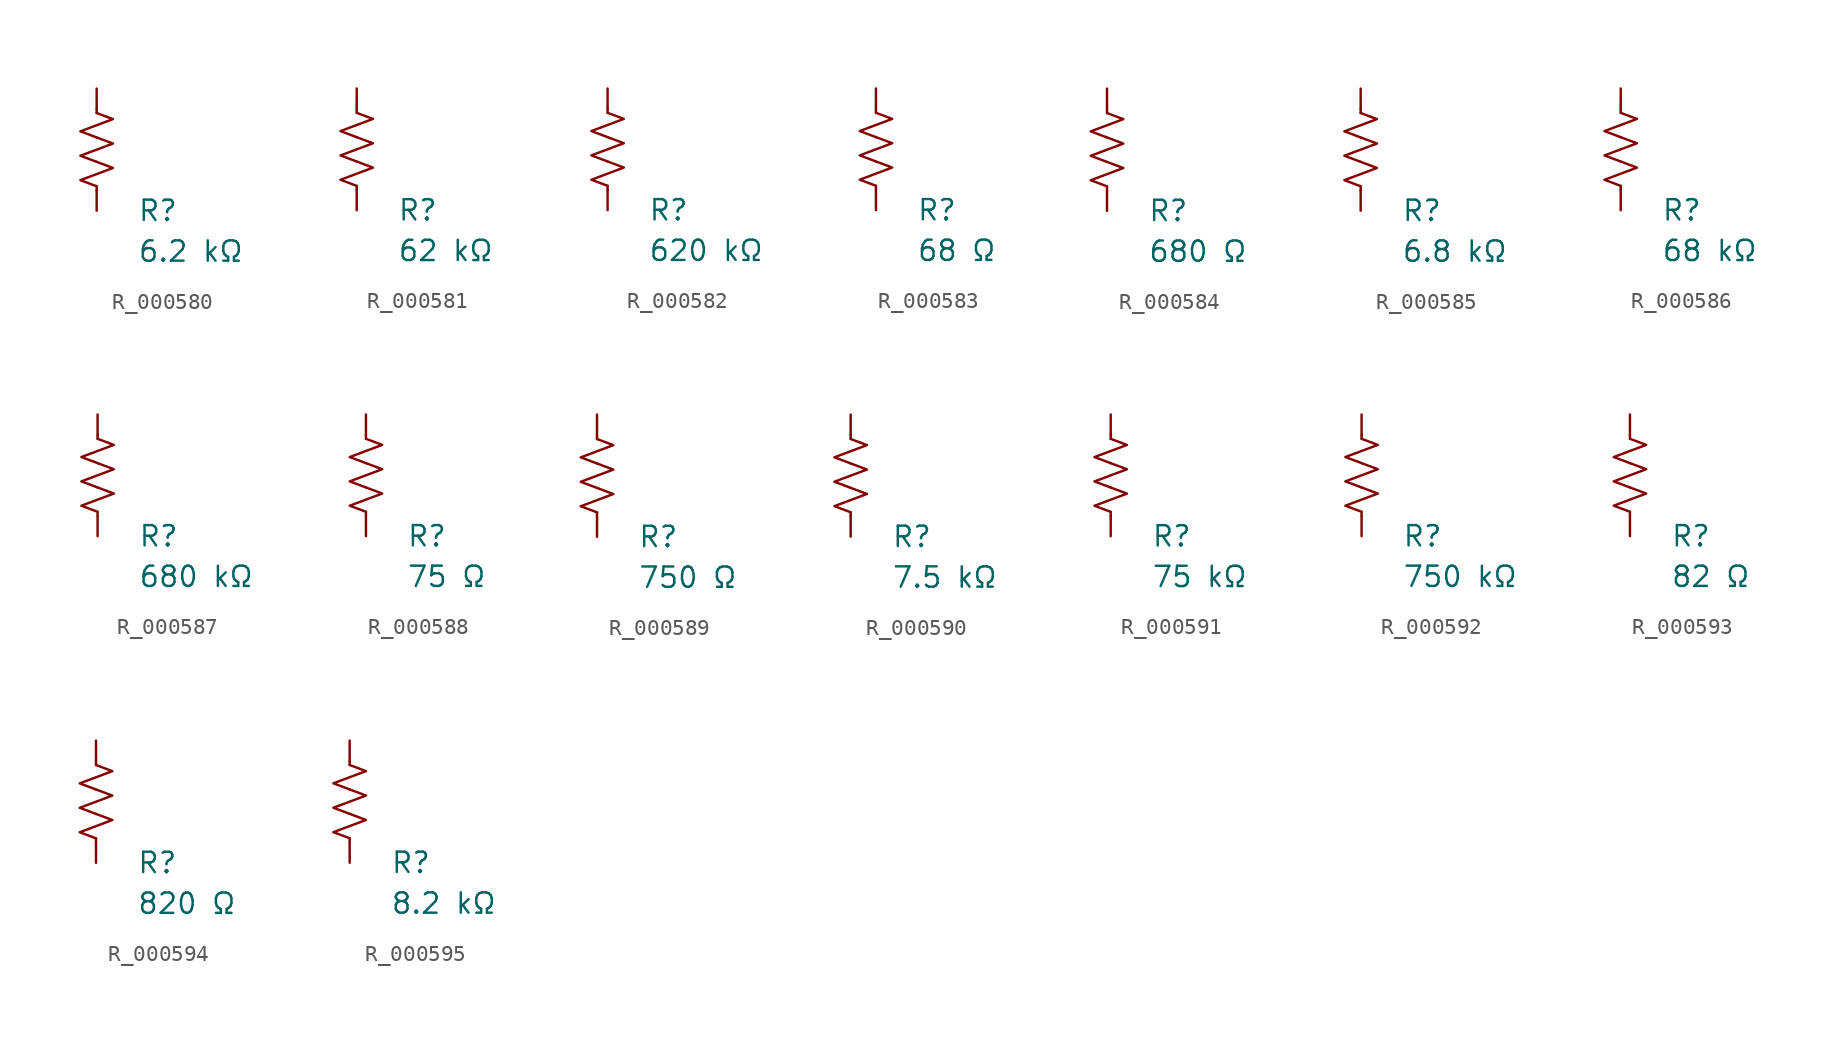
<source format=kicad_sym>
(kicad_symbol_lib
  (version 20231120)
  (generator "kicad_symbol_editor")
  (generator_version "8.0")
  (symbol "R_000580"
    (pin_numbers hide)
    (pin_names
      (offset 0))
    (property "Reference" "R"
      (at 2.54 -3.81 0)
      (effects (font (size 1.27 1.27)) (justify left))
      (show_name no))
    (property "Value" "6.2 kΩ"
      (at 2.54 -6.35 0)
      (effects (font (size 1.27 1.27)) (justify left))
      (show_name no))
    (symbol "R_000580_0_1"
      (polyline (pts (xy 0 -2.286) (xy 0 -2.54)) (stroke (width 0) (type default)) (fill (type none)))
      (polyline (pts (xy 0 2.286) (xy 0 2.54)) (stroke (width 0) (type default)) (fill (type none)))
      (polyline (pts (xy 0 -0.762) (xy 1.016 -1.143) (xy 0 -1.524) (xy -1.016 -1.905) (xy 0 -2.286)) (stroke (width 0) (type default)) (fill (type none)))
      (polyline (pts (xy 0 0.762) (xy 1.016 0.381) (xy 0 0) (xy -1.016 -0.381) (xy 0 -0.762)) (stroke (width 0) (type default)) (fill (type none)))
      (polyline (pts (xy 0 2.286) (xy 1.016 1.905) (xy 0 1.524) (xy -1.016 1.143) (xy 0 0.762)) (stroke (width 0) (type default)) (fill (type none))))
    (symbol "R_000580_1_1"
      (pin passive line (at 0 3.81 270) (length 1.27) (name "~" (effects (font (size 1.27 1.27)))) (number "1" (effects (font (size 1.27 1.27)))))
      (pin passive line (at 0 -3.81 90) (length 1.27) (name "~" (effects (font (size 1.27 1.27)))) (number "2" (effects (font (size 1.27 1.27)))))))
  (symbol "R_000581"
    (pin_numbers hide)
    (pin_names
      (offset 0))
    (property "Reference" "R"
      (at 2.54 -3.81 0)
      (effects (font (size 1.27 1.27)) (justify left))
      (show_name no))
    (property "Value" "62 kΩ"
      (at 2.54 -6.35 0)
      (effects (font (size 1.27 1.27)) (justify left))
      (show_name no))
    (symbol "R_000581_0_1"
      (polyline (pts (xy 0 -2.286) (xy 0 -2.54)) (stroke (width 0) (type default)) (fill (type none)))
      (polyline (pts (xy 0 2.286) (xy 0 2.54)) (stroke (width 0) (type default)) (fill (type none)))
      (polyline (pts (xy 0 -0.762) (xy 1.016 -1.143) (xy 0 -1.524) (xy -1.016 -1.905) (xy 0 -2.286)) (stroke (width 0) (type default)) (fill (type none)))
      (polyline (pts (xy 0 0.762) (xy 1.016 0.381) (xy 0 0) (xy -1.016 -0.381) (xy 0 -0.762)) (stroke (width 0) (type default)) (fill (type none)))
      (polyline (pts (xy 0 2.286) (xy 1.016 1.905) (xy 0 1.524) (xy -1.016 1.143) (xy 0 0.762)) (stroke (width 0) (type default)) (fill (type none))))
    (symbol "R_000581_1_1"
      (pin passive line (at 0 3.81 270) (length 1.27) (name "~" (effects (font (size 1.27 1.27)))) (number "1" (effects (font (size 1.27 1.27)))))
      (pin passive line (at 0 -3.81 90) (length 1.27) (name "~" (effects (font (size 1.27 1.27)))) (number "2" (effects (font (size 1.27 1.27)))))))
  (symbol "R_000582"
    (pin_numbers hide)
    (pin_names
      (offset 0))
    (property "Reference" "R"
      (at 2.54 -3.81 0)
      (effects (font (size 1.27 1.27)) (justify left))
      (show_name no))
    (property "Value" "620 kΩ"
      (at 2.54 -6.35 0)
      (effects (font (size 1.27 1.27)) (justify left))
      (show_name no))
    (symbol "R_000582_0_1"
      (polyline (pts (xy 0 -2.286) (xy 0 -2.54)) (stroke (width 0) (type default)) (fill (type none)))
      (polyline (pts (xy 0 2.286) (xy 0 2.54)) (stroke (width 0) (type default)) (fill (type none)))
      (polyline (pts (xy 0 -0.762) (xy 1.016 -1.143) (xy 0 -1.524) (xy -1.016 -1.905) (xy 0 -2.286)) (stroke (width 0) (type default)) (fill (type none)))
      (polyline (pts (xy 0 0.762) (xy 1.016 0.381) (xy 0 0) (xy -1.016 -0.381) (xy 0 -0.762)) (stroke (width 0) (type default)) (fill (type none)))
      (polyline (pts (xy 0 2.286) (xy 1.016 1.905) (xy 0 1.524) (xy -1.016 1.143) (xy 0 0.762)) (stroke (width 0) (type default)) (fill (type none))))
    (symbol "R_000582_1_1"
      (pin passive line (at 0 3.81 270) (length 1.27) (name "~" (effects (font (size 1.27 1.27)))) (number "1" (effects (font (size 1.27 1.27)))))
      (pin passive line (at 0 -3.81 90) (length 1.27) (name "~" (effects (font (size 1.27 1.27)))) (number "2" (effects (font (size 1.27 1.27)))))))
  (symbol "R_000583"
    (pin_numbers hide)
    (pin_names
      (offset 0))
    (property "Reference" "R"
      (at 2.54 -3.81 0)
      (effects (font (size 1.27 1.27)) (justify left))
      (show_name no))
    (property "Value" "68 Ω"
      (at 2.54 -6.35 0)
      (effects (font (size 1.27 1.27)) (justify left))
      (show_name no))
    (symbol "R_000583_0_1"
      (polyline (pts (xy 0 -2.286) (xy 0 -2.54)) (stroke (width 0) (type default)) (fill (type none)))
      (polyline (pts (xy 0 2.286) (xy 0 2.54)) (stroke (width 0) (type default)) (fill (type none)))
      (polyline (pts (xy 0 -0.762) (xy 1.016 -1.143) (xy 0 -1.524) (xy -1.016 -1.905) (xy 0 -2.286)) (stroke (width 0) (type default)) (fill (type none)))
      (polyline (pts (xy 0 0.762) (xy 1.016 0.381) (xy 0 0) (xy -1.016 -0.381) (xy 0 -0.762)) (stroke (width 0) (type default)) (fill (type none)))
      (polyline (pts (xy 0 2.286) (xy 1.016 1.905) (xy 0 1.524) (xy -1.016 1.143) (xy 0 0.762)) (stroke (width 0) (type default)) (fill (type none))))
    (symbol "R_000583_1_1"
      (pin passive line (at 0 3.81 270) (length 1.27) (name "~" (effects (font (size 1.27 1.27)))) (number "1" (effects (font (size 1.27 1.27)))))
      (pin passive line (at 0 -3.81 90) (length 1.27) (name "~" (effects (font (size 1.27 1.27)))) (number "2" (effects (font (size 1.27 1.27)))))))
  (symbol "R_000584"
    (pin_numbers hide)
    (pin_names
      (offset 0))
    (property "Reference" "R"
      (at 2.54 -3.81 0)
      (effects (font (size 1.27 1.27)) (justify left))
      (show_name no))
    (property "Value" "680 Ω"
      (at 2.54 -6.35 0)
      (effects (font (size 1.27 1.27)) (justify left))
      (show_name no))
    (symbol "R_000584_0_1"
      (polyline (pts (xy 0 -2.286) (xy 0 -2.54)) (stroke (width 0) (type default)) (fill (type none)))
      (polyline (pts (xy 0 2.286) (xy 0 2.54)) (stroke (width 0) (type default)) (fill (type none)))
      (polyline (pts (xy 0 -0.762) (xy 1.016 -1.143) (xy 0 -1.524) (xy -1.016 -1.905) (xy 0 -2.286)) (stroke (width 0) (type default)) (fill (type none)))
      (polyline (pts (xy 0 0.762) (xy 1.016 0.381) (xy 0 0) (xy -1.016 -0.381) (xy 0 -0.762)) (stroke (width 0) (type default)) (fill (type none)))
      (polyline (pts (xy 0 2.286) (xy 1.016 1.905) (xy 0 1.524) (xy -1.016 1.143) (xy 0 0.762)) (stroke (width 0) (type default)) (fill (type none))))
    (symbol "R_000584_1_1"
      (pin passive line (at 0 3.81 270) (length 1.27) (name "~" (effects (font (size 1.27 1.27)))) (number "1" (effects (font (size 1.27 1.27)))))
      (pin passive line (at 0 -3.81 90) (length 1.27) (name "~" (effects (font (size 1.27 1.27)))) (number "2" (effects (font (size 1.27 1.27)))))))
  (symbol "R_000585"
    (pin_numbers hide)
    (pin_names
      (offset 0))
    (property "Reference" "R"
      (at 2.54 -3.81 0)
      (effects (font (size 1.27 1.27)) (justify left))
      (show_name no))
    (property "Value" "6.8 kΩ"
      (at 2.54 -6.35 0)
      (effects (font (size 1.27 1.27)) (justify left))
      (show_name no))
    (symbol "R_000585_0_1"
      (polyline (pts (xy 0 -2.286) (xy 0 -2.54)) (stroke (width 0) (type default)) (fill (type none)))
      (polyline (pts (xy 0 2.286) (xy 0 2.54)) (stroke (width 0) (type default)) (fill (type none)))
      (polyline (pts (xy 0 -0.762) (xy 1.016 -1.143) (xy 0 -1.524) (xy -1.016 -1.905) (xy 0 -2.286)) (stroke (width 0) (type default)) (fill (type none)))
      (polyline (pts (xy 0 0.762) (xy 1.016 0.381) (xy 0 0) (xy -1.016 -0.381) (xy 0 -0.762)) (stroke (width 0) (type default)) (fill (type none)))
      (polyline (pts (xy 0 2.286) (xy 1.016 1.905) (xy 0 1.524) (xy -1.016 1.143) (xy 0 0.762)) (stroke (width 0) (type default)) (fill (type none))))
    (symbol "R_000585_1_1"
      (pin passive line (at 0 3.81 270) (length 1.27) (name "~" (effects (font (size 1.27 1.27)))) (number "1" (effects (font (size 1.27 1.27)))))
      (pin passive line (at 0 -3.81 90) (length 1.27) (name "~" (effects (font (size 1.27 1.27)))) (number "2" (effects (font (size 1.27 1.27)))))))
  (symbol "R_000586"
    (pin_numbers hide)
    (pin_names
      (offset 0))
    (property "Reference" "R"
      (at 2.54 -3.81 0)
      (effects (font (size 1.27 1.27)) (justify left))
      (show_name no))
    (property "Value" "68 kΩ"
      (at 2.54 -6.35 0)
      (effects (font (size 1.27 1.27)) (justify left))
      (show_name no))
    (symbol "R_000586_0_1"
      (polyline (pts (xy 0 -2.286) (xy 0 -2.54)) (stroke (width 0) (type default)) (fill (type none)))
      (polyline (pts (xy 0 2.286) (xy 0 2.54)) (stroke (width 0) (type default)) (fill (type none)))
      (polyline (pts (xy 0 -0.762) (xy 1.016 -1.143) (xy 0 -1.524) (xy -1.016 -1.905) (xy 0 -2.286)) (stroke (width 0) (type default)) (fill (type none)))
      (polyline (pts (xy 0 0.762) (xy 1.016 0.381) (xy 0 0) (xy -1.016 -0.381) (xy 0 -0.762)) (stroke (width 0) (type default)) (fill (type none)))
      (polyline (pts (xy 0 2.286) (xy 1.016 1.905) (xy 0 1.524) (xy -1.016 1.143) (xy 0 0.762)) (stroke (width 0) (type default)) (fill (type none))))
    (symbol "R_000586_1_1"
      (pin passive line (at 0 3.81 270) (length 1.27) (name "~" (effects (font (size 1.27 1.27)))) (number "1" (effects (font (size 1.27 1.27)))))
      (pin passive line (at 0 -3.81 90) (length 1.27) (name "~" (effects (font (size 1.27 1.27)))) (number "2" (effects (font (size 1.27 1.27)))))))
  (symbol "R_000587"
    (pin_numbers hide)
    (pin_names
      (offset 0))
    (property "Reference" "R"
      (at 2.54 -3.81 0)
      (effects (font (size 1.27 1.27)) (justify left))
      (show_name no))
    (property "Value" "680 kΩ"
      (at 2.54 -6.35 0)
      (effects (font (size 1.27 1.27)) (justify left))
      (show_name no))
    (symbol "R_000587_0_1"
      (polyline (pts (xy 0 -2.286) (xy 0 -2.54)) (stroke (width 0) (type default)) (fill (type none)))
      (polyline (pts (xy 0 2.286) (xy 0 2.54)) (stroke (width 0) (type default)) (fill (type none)))
      (polyline (pts (xy 0 -0.762) (xy 1.016 -1.143) (xy 0 -1.524) (xy -1.016 -1.905) (xy 0 -2.286)) (stroke (width 0) (type default)) (fill (type none)))
      (polyline (pts (xy 0 0.762) (xy 1.016 0.381) (xy 0 0) (xy -1.016 -0.381) (xy 0 -0.762)) (stroke (width 0) (type default)) (fill (type none)))
      (polyline (pts (xy 0 2.286) (xy 1.016 1.905) (xy 0 1.524) (xy -1.016 1.143) (xy 0 0.762)) (stroke (width 0) (type default)) (fill (type none))))
    (symbol "R_000587_1_1"
      (pin passive line (at 0 3.81 270) (length 1.27) (name "~" (effects (font (size 1.27 1.27)))) (number "1" (effects (font (size 1.27 1.27)))))
      (pin passive line (at 0 -3.81 90) (length 1.27) (name "~" (effects (font (size 1.27 1.27)))) (number "2" (effects (font (size 1.27 1.27)))))))
  (symbol "R_000588"
    (pin_numbers hide)
    (pin_names
      (offset 0))
    (property "Reference" "R"
      (at 2.54 -3.81 0)
      (effects (font (size 1.27 1.27)) (justify left))
      (show_name no))
    (property "Value" "75 Ω"
      (at 2.54 -6.35 0)
      (effects (font (size 1.27 1.27)) (justify left))
      (show_name no))
    (symbol "R_000588_0_1"
      (polyline (pts (xy 0 -2.286) (xy 0 -2.54)) (stroke (width 0) (type default)) (fill (type none)))
      (polyline (pts (xy 0 2.286) (xy 0 2.54)) (stroke (width 0) (type default)) (fill (type none)))
      (polyline (pts (xy 0 -0.762) (xy 1.016 -1.143) (xy 0 -1.524) (xy -1.016 -1.905) (xy 0 -2.286)) (stroke (width 0) (type default)) (fill (type none)))
      (polyline (pts (xy 0 0.762) (xy 1.016 0.381) (xy 0 0) (xy -1.016 -0.381) (xy 0 -0.762)) (stroke (width 0) (type default)) (fill (type none)))
      (polyline (pts (xy 0 2.286) (xy 1.016 1.905) (xy 0 1.524) (xy -1.016 1.143) (xy 0 0.762)) (stroke (width 0) (type default)) (fill (type none))))
    (symbol "R_000588_1_1"
      (pin passive line (at 0 3.81 270) (length 1.27) (name "~" (effects (font (size 1.27 1.27)))) (number "1" (effects (font (size 1.27 1.27)))))
      (pin passive line (at 0 -3.81 90) (length 1.27) (name "~" (effects (font (size 1.27 1.27)))) (number "2" (effects (font (size 1.27 1.27)))))))
  (symbol "R_000589"
    (pin_numbers hide)
    (pin_names
      (offset 0))
    (property "Reference" "R"
      (at 2.54 -3.81 0)
      (effects (font (size 1.27 1.27)) (justify left))
      (show_name no))
    (property "Value" "750 Ω"
      (at 2.54 -6.35 0)
      (effects (font (size 1.27 1.27)) (justify left))
      (show_name no))
    (symbol "R_000589_0_1"
      (polyline (pts (xy 0 -2.286) (xy 0 -2.54)) (stroke (width 0) (type default)) (fill (type none)))
      (polyline (pts (xy 0 2.286) (xy 0 2.54)) (stroke (width 0) (type default)) (fill (type none)))
      (polyline (pts (xy 0 -0.762) (xy 1.016 -1.143) (xy 0 -1.524) (xy -1.016 -1.905) (xy 0 -2.286)) (stroke (width 0) (type default)) (fill (type none)))
      (polyline (pts (xy 0 0.762) (xy 1.016 0.381) (xy 0 0) (xy -1.016 -0.381) (xy 0 -0.762)) (stroke (width 0) (type default)) (fill (type none)))
      (polyline (pts (xy 0 2.286) (xy 1.016 1.905) (xy 0 1.524) (xy -1.016 1.143) (xy 0 0.762)) (stroke (width 0) (type default)) (fill (type none))))
    (symbol "R_000589_1_1"
      (pin passive line (at 0 3.81 270) (length 1.27) (name "~" (effects (font (size 1.27 1.27)))) (number "1" (effects (font (size 1.27 1.27)))))
      (pin passive line (at 0 -3.81 90) (length 1.27) (name "~" (effects (font (size 1.27 1.27)))) (number "2" (effects (font (size 1.27 1.27)))))))
  (symbol "R_000590"
    (pin_numbers hide)
    (pin_names
      (offset 0))
    (property "Reference" "R"
      (at 2.54 -3.81 0)
      (effects (font (size 1.27 1.27)) (justify left))
      (show_name no))
    (property "Value" "7.5 kΩ"
      (at 2.54 -6.35 0)
      (effects (font (size 1.27 1.27)) (justify left))
      (show_name no))
    (symbol "R_000590_0_1"
      (polyline (pts (xy 0 -2.286) (xy 0 -2.54)) (stroke (width 0) (type default)) (fill (type none)))
      (polyline (pts (xy 0 2.286) (xy 0 2.54)) (stroke (width 0) (type default)) (fill (type none)))
      (polyline (pts (xy 0 -0.762) (xy 1.016 -1.143) (xy 0 -1.524) (xy -1.016 -1.905) (xy 0 -2.286)) (stroke (width 0) (type default)) (fill (type none)))
      (polyline (pts (xy 0 0.762) (xy 1.016 0.381) (xy 0 0) (xy -1.016 -0.381) (xy 0 -0.762)) (stroke (width 0) (type default)) (fill (type none)))
      (polyline (pts (xy 0 2.286) (xy 1.016 1.905) (xy 0 1.524) (xy -1.016 1.143) (xy 0 0.762)) (stroke (width 0) (type default)) (fill (type none))))
    (symbol "R_000590_1_1"
      (pin passive line (at 0 3.81 270) (length 1.27) (name "~" (effects (font (size 1.27 1.27)))) (number "1" (effects (font (size 1.27 1.27)))))
      (pin passive line (at 0 -3.81 90) (length 1.27) (name "~" (effects (font (size 1.27 1.27)))) (number "2" (effects (font (size 1.27 1.27)))))))
  (symbol "R_000591"
    (pin_numbers hide)
    (pin_names
      (offset 0))
    (property "Reference" "R"
      (at 2.54 -3.81 0)
      (effects (font (size 1.27 1.27)) (justify left))
      (show_name no))
    (property "Value" "75 kΩ"
      (at 2.54 -6.35 0)
      (effects (font (size 1.27 1.27)) (justify left))
      (show_name no))
    (symbol "R_000591_0_1"
      (polyline (pts (xy 0 -2.286) (xy 0 -2.54)) (stroke (width 0) (type default)) (fill (type none)))
      (polyline (pts (xy 0 2.286) (xy 0 2.54)) (stroke (width 0) (type default)) (fill (type none)))
      (polyline (pts (xy 0 -0.762) (xy 1.016 -1.143) (xy 0 -1.524) (xy -1.016 -1.905) (xy 0 -2.286)) (stroke (width 0) (type default)) (fill (type none)))
      (polyline (pts (xy 0 0.762) (xy 1.016 0.381) (xy 0 0) (xy -1.016 -0.381) (xy 0 -0.762)) (stroke (width 0) (type default)) (fill (type none)))
      (polyline (pts (xy 0 2.286) (xy 1.016 1.905) (xy 0 1.524) (xy -1.016 1.143) (xy 0 0.762)) (stroke (width 0) (type default)) (fill (type none))))
    (symbol "R_000591_1_1"
      (pin passive line (at 0 3.81 270) (length 1.27) (name "~" (effects (font (size 1.27 1.27)))) (number "1" (effects (font (size 1.27 1.27)))))
      (pin passive line (at 0 -3.81 90) (length 1.27) (name "~" (effects (font (size 1.27 1.27)))) (number "2" (effects (font (size 1.27 1.27)))))))
  (symbol "R_000592"
    (pin_numbers hide)
    (pin_names
      (offset 0))
    (property "Reference" "R"
      (at 2.54 -3.81 0)
      (effects (font (size 1.27 1.27)) (justify left))
      (show_name no))
    (property "Value" "750 kΩ"
      (at 2.54 -6.35 0)
      (effects (font (size 1.27 1.27)) (justify left))
      (show_name no))
    (symbol "R_000592_0_1"
      (polyline (pts (xy 0 -2.286) (xy 0 -2.54)) (stroke (width 0) (type default)) (fill (type none)))
      (polyline (pts (xy 0 2.286) (xy 0 2.54)) (stroke (width 0) (type default)) (fill (type none)))
      (polyline (pts (xy 0 -0.762) (xy 1.016 -1.143) (xy 0 -1.524) (xy -1.016 -1.905) (xy 0 -2.286)) (stroke (width 0) (type default)) (fill (type none)))
      (polyline (pts (xy 0 0.762) (xy 1.016 0.381) (xy 0 0) (xy -1.016 -0.381) (xy 0 -0.762)) (stroke (width 0) (type default)) (fill (type none)))
      (polyline (pts (xy 0 2.286) (xy 1.016 1.905) (xy 0 1.524) (xy -1.016 1.143) (xy 0 0.762)) (stroke (width 0) (type default)) (fill (type none))))
    (symbol "R_000592_1_1"
      (pin passive line (at 0 3.81 270) (length 1.27) (name "~" (effects (font (size 1.27 1.27)))) (number "1" (effects (font (size 1.27 1.27)))))
      (pin passive line (at 0 -3.81 90) (length 1.27) (name "~" (effects (font (size 1.27 1.27)))) (number "2" (effects (font (size 1.27 1.27)))))))
  (symbol "R_000593"
    (pin_numbers hide)
    (pin_names
      (offset 0))
    (property "Reference" "R"
      (at 2.54 -3.81 0)
      (effects (font (size 1.27 1.27)) (justify left))
      (show_name no))
    (property "Value" "82 Ω"
      (at 2.54 -6.35 0)
      (effects (font (size 1.27 1.27)) (justify left))
      (show_name no))
    (symbol "R_000593_0_1"
      (polyline (pts (xy 0 -2.286) (xy 0 -2.54)) (stroke (width 0) (type default)) (fill (type none)))
      (polyline (pts (xy 0 2.286) (xy 0 2.54)) (stroke (width 0) (type default)) (fill (type none)))
      (polyline (pts (xy 0 -0.762) (xy 1.016 -1.143) (xy 0 -1.524) (xy -1.016 -1.905) (xy 0 -2.286)) (stroke (width 0) (type default)) (fill (type none)))
      (polyline (pts (xy 0 0.762) (xy 1.016 0.381) (xy 0 0) (xy -1.016 -0.381) (xy 0 -0.762)) (stroke (width 0) (type default)) (fill (type none)))
      (polyline (pts (xy 0 2.286) (xy 1.016 1.905) (xy 0 1.524) (xy -1.016 1.143) (xy 0 0.762)) (stroke (width 0) (type default)) (fill (type none))))
    (symbol "R_000593_1_1"
      (pin passive line (at 0 3.81 270) (length 1.27) (name "~" (effects (font (size 1.27 1.27)))) (number "1" (effects (font (size 1.27 1.27)))))
      (pin passive line (at 0 -3.81 90) (length 1.27) (name "~" (effects (font (size 1.27 1.27)))) (number "2" (effects (font (size 1.27 1.27)))))))
  (symbol "R_000594"
    (pin_numbers hide)
    (pin_names
      (offset 0))
    (property "Reference" "R"
      (at 2.54 -3.81 0)
      (effects (font (size 1.27 1.27)) (justify left))
      (show_name no))
    (property "Value" "820 Ω"
      (at 2.54 -6.35 0)
      (effects (font (size 1.27 1.27)) (justify left))
      (show_name no))
    (symbol "R_000594_0_1"
      (polyline (pts (xy 0 -2.286) (xy 0 -2.54)) (stroke (width 0) (type default)) (fill (type none)))
      (polyline (pts (xy 0 2.286) (xy 0 2.54)) (stroke (width 0) (type default)) (fill (type none)))
      (polyline (pts (xy 0 -0.762) (xy 1.016 -1.143) (xy 0 -1.524) (xy -1.016 -1.905) (xy 0 -2.286)) (stroke (width 0) (type default)) (fill (type none)))
      (polyline (pts (xy 0 0.762) (xy 1.016 0.381) (xy 0 0) (xy -1.016 -0.381) (xy 0 -0.762)) (stroke (width 0) (type default)) (fill (type none)))
      (polyline (pts (xy 0 2.286) (xy 1.016 1.905) (xy 0 1.524) (xy -1.016 1.143) (xy 0 0.762)) (stroke (width 0) (type default)) (fill (type none))))
    (symbol "R_000594_1_1"
      (pin passive line (at 0 3.81 270) (length 1.27) (name "~" (effects (font (size 1.27 1.27)))) (number "1" (effects (font (size 1.27 1.27)))))
      (pin passive line (at 0 -3.81 90) (length 1.27) (name "~" (effects (font (size 1.27 1.27)))) (number "2" (effects (font (size 1.27 1.27)))))))
  (symbol "R_000595"
    (pin_numbers hide)
    (pin_names
      (offset 0))
    (property "Reference" "R"
      (at 2.54 -3.81 0)
      (effects (font (size 1.27 1.27)) (justify left))
      (show_name no))
    (property "Value" "8.2 kΩ"
      (at 2.54 -6.35 0)
      (effects (font (size 1.27 1.27)) (justify left))
      (show_name no))
    (symbol "R_000595_0_1"
      (polyline (pts (xy 0 -2.286) (xy 0 -2.54)) (stroke (width 0) (type default)) (fill (type none)))
      (polyline (pts (xy 0 2.286) (xy 0 2.54)) (stroke (width 0) (type default)) (fill (type none)))
      (polyline (pts (xy 0 -0.762) (xy 1.016 -1.143) (xy 0 -1.524) (xy -1.016 -1.905) (xy 0 -2.286)) (stroke (width 0) (type default)) (fill (type none)))
      (polyline (pts (xy 0 0.762) (xy 1.016 0.381) (xy 0 0) (xy -1.016 -0.381) (xy 0 -0.762)) (stroke (width 0) (type default)) (fill (type none)))
      (polyline (pts (xy 0 2.286) (xy 1.016 1.905) (xy 0 1.524) (xy -1.016 1.143) (xy 0 0.762)) (stroke (width 0) (type default)) (fill (type none))))
    (symbol "R_000595_1_1"
      (pin passive line (at 0 3.81 270) (length 1.27) (name "~" (effects (font (size 1.27 1.27)))) (number "1" (effects (font (size 1.27 1.27)))))
      (pin passive line (at 0 -3.81 90) (length 1.27) (name "~" (effects (font (size 1.27 1.27)))) (number "2" (effects (font (size 1.27 1.27))))))))
</source>
